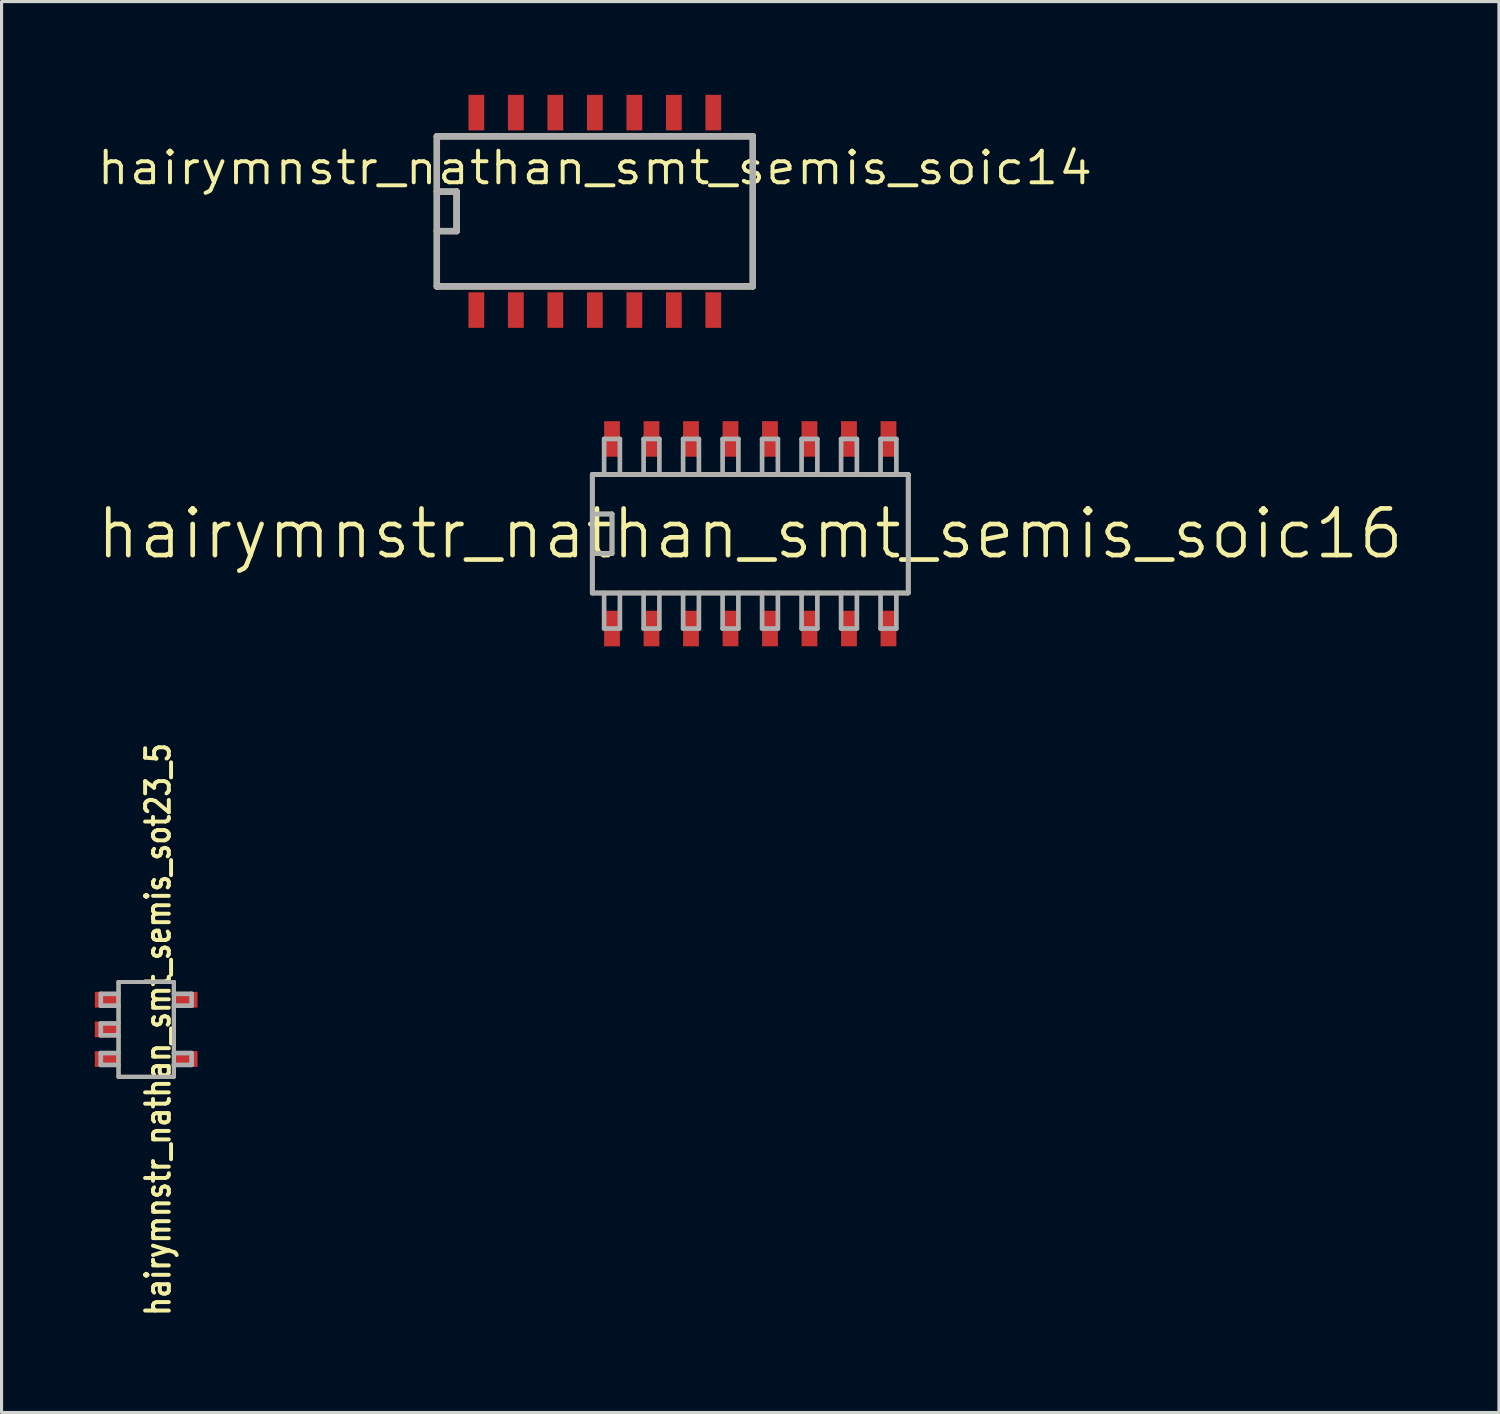
<source format=kicad_pcb>
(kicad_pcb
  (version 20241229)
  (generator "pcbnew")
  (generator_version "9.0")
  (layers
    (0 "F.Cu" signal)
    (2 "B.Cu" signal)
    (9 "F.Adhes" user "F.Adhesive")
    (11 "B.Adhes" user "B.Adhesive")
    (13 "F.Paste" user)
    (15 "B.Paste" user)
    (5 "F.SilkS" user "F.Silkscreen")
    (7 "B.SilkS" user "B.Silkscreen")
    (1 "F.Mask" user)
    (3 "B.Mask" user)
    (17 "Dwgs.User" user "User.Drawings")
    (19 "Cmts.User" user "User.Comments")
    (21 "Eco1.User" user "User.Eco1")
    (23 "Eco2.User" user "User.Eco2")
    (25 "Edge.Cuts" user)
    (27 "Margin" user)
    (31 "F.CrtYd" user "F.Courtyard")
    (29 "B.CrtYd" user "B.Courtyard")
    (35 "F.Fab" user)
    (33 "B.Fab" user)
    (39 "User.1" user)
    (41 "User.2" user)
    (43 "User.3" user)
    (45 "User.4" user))
  (footprint "hairymnstr_nathan_smt_semis_soic14"
    (layer "F.Cu")
    (at 16.078 3.619)
    (property "Reference" "hairymnstr_nathan_smt_semis_soic14" (at 0 -1.27 0) (layer "F.SilkS") (effects (font (size 1.016 1.143) (thickness 0.127))))
    (attr smd)
    (fp_line (start -5.08 -2.286) (end 5.08 -2.286) (stroke (width 0.203) (type solid)) (layer "F.SilkS"))
    (fp_line (start -5.08 -0.508) (end -4.445 -0.508) (stroke (width 0.203) (type solid)) (layer "F.SilkS"))
    (fp_line (start -5.08 2.54) (end -5.08 -2.286) (stroke (width 0.203) (type solid)) (layer "F.SilkS"))
    (fp_line (start -4.445 -0.508) (end -4.445 0.762) (stroke (width 0.203) (type solid)) (layer "F.SilkS"))
    (fp_line (start -4.445 0.762) (end -5.08 0.762) (stroke (width 0.203) (type solid)) (layer "F.SilkS"))
    (fp_line (start 5.08 -2.286) (end 5.08 2.54) (stroke (width 0.203) (type solid)) (layer "F.SilkS"))
    (fp_line (start 5.08 2.54) (end -5.08 2.54) (stroke (width 0.203) (type solid)) (layer "F.SilkS"))
    (fp_line (start -5.08 -2.286) (end 5.08 -2.286) (stroke (width 0.203) (type solid)) (layer "F.Fab"))
    (fp_line (start -5.08 -0.508) (end -4.445 -0.508) (stroke (width 0.203) (type solid)) (layer "F.Fab"))
    (fp_line (start -5.08 2.54) (end -5.08 -2.286) (stroke (width 0.203) (type solid)) (layer "F.Fab"))
    (fp_line (start -4.445 -0.508) (end -4.445 0.762) (stroke (width 0.203) (type solid)) (layer "F.Fab"))
    (fp_line (start -4.445 0.762) (end -5.08 0.762) (stroke (width 0.203) (type solid)) (layer "F.Fab"))
    (fp_line (start 5.08 -2.286) (end 5.08 2.54) (stroke (width 0.203) (type solid)) (layer "F.Fab"))
    (fp_line (start 5.08 2.54) (end -5.08 2.54) (stroke (width 0.203) (type solid)) (layer "F.Fab"))
    (pad "1" smd rect (at -3.81 3.302) (size 0.508 1.143) (layers "F.Cu" "F.Mask" "F.Paste"))
    (pad "2" smd rect (at -2.54 3.302) (size 0.508 1.143) (layers "F.Cu" "F.Mask" "F.Paste"))
    (pad "3" smd rect (at -1.27 3.302) (size 0.508 1.143) (layers "F.Cu" "F.Mask" "F.Paste"))
    (pad "4" smd rect (at 0 3.302) (size 0.508 1.143) (layers "F.Cu" "F.Mask" "F.Paste"))
    (pad "5" smd rect (at 1.27 3.302) (size 0.508 1.143) (layers "F.Cu" "F.Mask" "F.Paste"))
    (pad "6" smd rect (at 2.54 3.302) (size 0.508 1.143) (layers "F.Cu" "F.Mask" "F.Paste"))
    (pad "7" smd rect (at 3.81 3.302) (size 0.508 1.143) (layers "F.Cu" "F.Mask" "F.Paste"))
    (pad "8" smd rect (at 3.81 -3.048) (size 0.508 1.143) (layers "F.Cu" "F.Mask" "F.Paste"))
    (pad "9" smd rect (at 2.54 -3.048) (size 0.508 1.143) (layers "F.Cu" "F.Mask" "F.Paste"))
    (pad "10" smd rect (at 1.27 -3.048) (size 0.508 1.143) (layers "F.Cu" "F.Mask" "F.Paste"))
    (pad "11" smd rect (at 0 -3.048) (size 0.508 1.143) (layers "F.Cu" "F.Mask" "F.Paste"))
    (pad "12" smd rect (at -1.27 -3.048) (size 0.508 1.143) (layers "F.Cu" "F.Mask" "F.Paste"))
    (pad "13" smd rect (at -2.54 -3.048) (size 0.508 1.143) (layers "F.Cu" "F.Mask" "F.Paste"))
    (pad "14" smd rect (at -3.81 -3.048) (size 0.508 1.143) (layers "F.Cu" "F.Mask" "F.Paste")))
  (footprint "hairymnstr_nathan_smt_semis_soic16"
    (layer "F.Cu")
    (at 21.075 14.113)
    (property "Reference" "hairymnstr_nathan_smt_semis_soic16" (at 0 0 0) (layer "F.SilkS") (effects (font (size 1.5 1.5) (thickness 0.15))))
    (attr smd)
    (fp_line (start -5.08 -1.905) (end 5.08 -1.905) (stroke (width 0.15) (type solid)) (layer "F.SilkS"))
    (fp_line (start -5.08 -0.635) (end -4.445 -0.635) (stroke (width 0.15) (type solid)) (layer "F.SilkS"))
    (fp_line (start -5.08 1.905) (end -5.08 -1.905) (stroke (width 0.15) (type solid)) (layer "F.SilkS"))
    (fp_line (start -4.445 -0.635) (end -4.445 0.635) (stroke (width 0.15) (type solid)) (layer "F.SilkS"))
    (fp_line (start -4.445 0.635) (end -5.08 0.635) (stroke (width 0.15) (type solid)) (layer "F.SilkS"))
    (fp_line (start 5.08 -1.905) (end 5.08 1.905) (stroke (width 0.15) (type solid)) (layer "F.SilkS"))
    (fp_line (start 5.08 1.905) (end -5.08 1.905) (stroke (width 0.15) (type solid)) (layer "F.SilkS"))
    (fp_line (start -5.08 -1.905) (end 5.08 -1.905) (stroke (width 0.15) (type solid)) (layer "F.Fab"))
    (fp_line (start -5.08 -0.635) (end -4.445 -0.635) (stroke (width 0.15) (type solid)) (layer "F.Fab"))
    (fp_line (start -5.08 1.905) (end -5.08 -1.905) (stroke (width 0.15) (type solid)) (layer "F.Fab"))
    (fp_line (start -4.699 -3.048) (end -4.191 -3.048) (stroke (width 0.15) (type solid)) (layer "F.Fab"))
    (fp_line (start -4.699 -1.905) (end -4.699 -3.048) (stroke (width 0.15) (type solid)) (layer "F.Fab"))
    (fp_line (start -4.699 1.905) (end -4.699 3.048) (stroke (width 0.15) (type solid)) (layer "F.Fab"))
    (fp_line (start -4.699 3.048) (end -4.191 3.048) (stroke (width 0.15) (type solid)) (layer "F.Fab"))
    (fp_line (start -4.445 -0.635) (end -4.445 0.635) (stroke (width 0.15) (type solid)) (layer "F.Fab"))
    (fp_line (start -4.445 0.635) (end -5.08 0.635) (stroke (width 0.15) (type solid)) (layer "F.Fab"))
    (fp_line (start -4.191 -3.048) (end -4.191 -1.905) (stroke (width 0.15) (type solid)) (layer "F.Fab"))
    (fp_line (start -4.191 3.048) (end -4.191 1.905) (stroke (width 0.15) (type solid)) (layer "F.Fab"))
    (fp_line (start -3.429 -3.048) (end -2.921 -3.048) (stroke (width 0.15) (type solid)) (layer "F.Fab"))
    (fp_line (start -3.429 -1.905) (end -3.429 -3.048) (stroke (width 0.15) (type solid)) (layer "F.Fab"))
    (fp_line (start -3.429 1.905) (end -3.429 3.048) (stroke (width 0.15) (type solid)) (layer "F.Fab"))
    (fp_line (start -3.429 3.048) (end -2.921 3.048) (stroke (width 0.15) (type solid)) (layer "F.Fab"))
    (fp_line (start -2.921 -3.048) (end -2.921 -1.905) (stroke (width 0.15) (type solid)) (layer "F.Fab"))
    (fp_line (start -2.921 3.048) (end -2.921 1.905) (stroke (width 0.15) (type solid)) (layer "F.Fab"))
    (fp_line (start -2.159 -3.048) (end -1.651 -3.048) (stroke (width 0.15) (type solid)) (layer "F.Fab"))
    (fp_line (start -2.159 -1.905) (end -2.159 -3.048) (stroke (width 0.15) (type solid)) (layer "F.Fab"))
    (fp_line (start -2.159 1.905) (end -2.159 3.048) (stroke (width 0.15) (type solid)) (layer "F.Fab"))
    (fp_line (start -2.159 3.048) (end -1.651 3.048) (stroke (width 0.15) (type solid)) (layer "F.Fab"))
    (fp_line (start -1.651 -3.048) (end -1.651 -1.905) (stroke (width 0.15) (type solid)) (layer "F.Fab"))
    (fp_line (start -1.651 3.048) (end -1.651 1.905) (stroke (width 0.15) (type solid)) (layer "F.Fab"))
    (fp_line (start -0.889 -3.048) (end -0.381 -3.048) (stroke (width 0.15) (type solid)) (layer "F.Fab"))
    (fp_line (start -0.889 -1.905) (end -0.889 -3.048) (stroke (width 0.15) (type solid)) (layer "F.Fab"))
    (fp_line (start -0.889 1.905) (end -0.889 3.048) (stroke (width 0.15) (type solid)) (layer "F.Fab"))
    (fp_line (start -0.889 3.048) (end -0.381 3.048) (stroke (width 0.15) (type solid)) (layer "F.Fab"))
    (fp_line (start -0.381 -3.048) (end -0.381 -1.905) (stroke (width 0.15) (type solid)) (layer "F.Fab"))
    (fp_line (start -0.381 3.048) (end -0.381 1.905) (stroke (width 0.15) (type solid)) (layer "F.Fab"))
    (fp_line (start 0.381 -3.048) (end 0.889 -3.048) (stroke (width 0.15) (type solid)) (layer "F.Fab"))
    (fp_line (start 0.381 -1.905) (end 0.381 -3.048) (stroke (width 0.15) (type solid)) (layer "F.Fab"))
    (fp_line (start 0.381 1.905) (end 0.381 3.048) (stroke (width 0.15) (type solid)) (layer "F.Fab"))
    (fp_line (start 0.381 3.048) (end 0.889 3.048) (stroke (width 0.15) (type solid)) (layer "F.Fab"))
    (fp_line (start 0.889 -3.048) (end 0.889 -1.905) (stroke (width 0.15) (type solid)) (layer "F.Fab"))
    (fp_line (start 0.889 3.048) (end 0.889 1.905) (stroke (width 0.15) (type solid)) (layer "F.Fab"))
    (fp_line (start 1.651 -3.048) (end 2.159 -3.048) (stroke (width 0.15) (type solid)) (layer "F.Fab"))
    (fp_line (start 1.651 -1.905) (end 1.651 -3.048) (stroke (width 0.15) (type solid)) (layer "F.Fab"))
    (fp_line (start 1.651 1.905) (end 1.651 3.048) (stroke (width 0.15) (type solid)) (layer "F.Fab"))
    (fp_line (start 1.651 3.048) (end 2.159 3.048) (stroke (width 0.15) (type solid)) (layer "F.Fab"))
    (fp_line (start 2.159 -3.048) (end 2.159 -1.905) (stroke (width 0.15) (type solid)) (layer "F.Fab"))
    (fp_line (start 2.159 3.048) (end 2.159 1.905) (stroke (width 0.15) (type solid)) (layer "F.Fab"))
    (fp_line (start 2.921 -3.048) (end 3.429 -3.048) (stroke (width 0.15) (type solid)) (layer "F.Fab"))
    (fp_line (start 2.921 -1.905) (end 2.921 -3.048) (stroke (width 0.15) (type solid)) (layer "F.Fab"))
    (fp_line (start 2.921 1.905) (end 2.921 3.048) (stroke (width 0.15) (type solid)) (layer "F.Fab"))
    (fp_line (start 2.921 3.048) (end 3.429 3.048) (stroke (width 0.15) (type solid)) (layer "F.Fab"))
    (fp_line (start 3.429 -3.048) (end 3.429 -1.905) (stroke (width 0.15) (type solid)) (layer "F.Fab"))
    (fp_line (start 3.429 3.048) (end 3.429 1.905) (stroke (width 0.15) (type solid)) (layer "F.Fab"))
    (fp_line (start 4.191 -3.048) (end 4.699 -3.048) (stroke (width 0.15) (type solid)) (layer "F.Fab"))
    (fp_line (start 4.191 -1.905) (end 4.191 -3.048) (stroke (width 0.15) (type solid)) (layer "F.Fab"))
    (fp_line (start 4.191 1.905) (end 4.191 3.048) (stroke (width 0.15) (type solid)) (layer "F.Fab"))
    (fp_line (start 4.191 3.048) (end 4.699 3.048) (stroke (width 0.15) (type solid)) (layer "F.Fab"))
    (fp_line (start 4.699 -3.048) (end 4.699 -1.905) (stroke (width 0.15) (type solid)) (layer "F.Fab"))
    (fp_line (start 4.699 3.048) (end 4.699 1.905) (stroke (width 0.15) (type solid)) (layer "F.Fab"))
    (fp_line (start 5.08 -1.905) (end 5.08 1.905) (stroke (width 0.15) (type solid)) (layer "F.Fab"))
    (fp_line (start 5.08 1.905) (end -5.08 1.905) (stroke (width 0.15) (type solid)) (layer "F.Fab"))
    (pad "1" smd rect (at -4.445 3.048) (size 0.508 1.143) (layers "F.Cu" "F.Mask" "F.Paste"))
    (pad "2" smd rect (at -3.175 3.048) (size 0.508 1.143) (layers "F.Cu" "F.Mask" "F.Paste"))
    (pad "3" smd rect (at -1.905 3.048) (size 0.508 1.143) (layers "F.Cu" "F.Mask" "F.Paste"))
    (pad "4" smd rect (at -0.635 3.048) (size 0.508 1.143) (layers "F.Cu" "F.Mask" "F.Paste"))
    (pad "5" smd rect (at 0.635 3.048) (size 0.508 1.143) (layers "F.Cu" "F.Mask" "F.Paste"))
    (pad "6" smd rect (at 1.905 3.048) (size 0.508 1.143) (layers "F.Cu" "F.Mask" "F.Paste"))
    (pad "7" smd rect (at 3.175 3.048) (size 0.508 1.143) (layers "F.Cu" "F.Mask" "F.Paste"))
    (pad "8" smd rect (at 4.445 3.048) (size 0.508 1.143) (layers "F.Cu" "F.Mask" "F.Paste"))
    (pad "9" smd rect (at 4.445 -3.048) (size 0.508 1.143) (layers "F.Cu" "F.Mask" "F.Paste"))
    (pad "10" smd rect (at 3.175 -3.048) (size 0.508 1.143) (layers "F.Cu" "F.Mask" "F.Paste"))
    (pad "11" smd rect (at 1.905 -3.048) (size 0.508 1.143) (layers "F.Cu" "F.Mask" "F.Paste"))
    (pad "12" smd rect (at 0.635 -3.048) (size 0.508 1.143) (layers "F.Cu" "F.Mask" "F.Paste"))
    (pad "13" smd rect (at -0.635 -3.048) (size 0.508 1.143) (layers "F.Cu" "F.Mask" "F.Paste"))
    (pad "14" smd rect (at -1.905 -3.048) (size 0.508 1.143) (layers "F.Cu" "F.Mask" "F.Paste"))
    (pad "15" smd rect (at -3.175 -3.048) (size 0.508 1.143) (layers "F.Cu" "F.Mask" "F.Paste"))
    (pad "16" smd rect (at -4.445 -3.048) (size 0.508 1.143) (layers "F.Cu" "F.Mask" "F.Paste")))
  (footprint "hairymnstr_nathan_smt_semis_sot23_5"
    (layer "F.Cu")
    (at 1.651 30.051)
    (property "Reference" "hairymnstr_nathan_smt_semis_sot23_5" (at 0.381 0 90) (layer "F.SilkS") (effects (font (size 0.762 0.635) (thickness 0.127))))
    (attr smd)
    (fp_line (start -0.889 -1.524) (end 0.889 -1.524) (stroke (width 0.127) (type solid)) (layer "F.SilkS"))
    (fp_line (start -0.889 1.524) (end -0.889 -1.524) (stroke (width 0.127) (type solid)) (layer "F.SilkS"))
    (fp_line (start 0.889 -1.524) (end 0.889 1.524) (stroke (width 0.127) (type solid)) (layer "F.SilkS"))
    (fp_line (start 0.889 1.524) (end -0.889 1.524) (stroke (width 0.127) (type solid)) (layer "F.SilkS"))
    (fp_line (start -1.46 -1.143) (end -1.46 -0.762) (stroke (width 0.15) (type solid)) (layer "F.Fab"))
    (fp_line (start -1.46 -0.762) (end -0.889 -0.762) (stroke (width 0.15) (type solid)) (layer "F.Fab"))
    (fp_line (start -1.46 -0.191) (end -1.46 0.191) (stroke (width 0.15) (type solid)) (layer "F.Fab"))
    (fp_line (start -1.46 0.191) (end -0.889 0.191) (stroke (width 0.15) (type solid)) (layer "F.Fab"))
    (fp_line (start -1.46 0.762) (end -1.46 1.143) (stroke (width 0.15) (type solid)) (layer "F.Fab"))
    (fp_line (start -1.46 1.143) (end -0.889 1.143) (stroke (width 0.15) (type solid)) (layer "F.Fab"))
    (fp_line (start -0.889 -1.524) (end 0.889 -1.524) (stroke (width 0.127) (type solid)) (layer "F.Fab"))
    (fp_line (start -0.889 -1.143) (end -1.46 -1.143) (stroke (width 0.15) (type solid)) (layer "F.Fab"))
    (fp_line (start -0.889 -0.191) (end -1.46 -0.191) (stroke (width 0.15) (type solid)) (layer "F.Fab"))
    (fp_line (start -0.889 0.762) (end -1.46 0.762) (stroke (width 0.15) (type solid)) (layer "F.Fab"))
    (fp_line (start -0.889 1.524) (end -0.889 -1.524) (stroke (width 0.127) (type solid)) (layer "F.Fab"))
    (fp_line (start 0.889 -1.524) (end 0.889 1.524) (stroke (width 0.127) (type solid)) (layer "F.Fab"))
    (fp_line (start 0.889 -0.762) (end 1.46 -0.762) (stroke (width 0.15) (type solid)) (layer "F.Fab"))
    (fp_line (start 0.889 1.143) (end 1.46 1.143) (stroke (width 0.15) (type solid)) (layer "F.Fab"))
    (fp_line (start 0.889 1.524) (end -0.889 1.524) (stroke (width 0.127) (type solid)) (layer "F.Fab"))
    (fp_line (start 1.46 -1.143) (end 0.889 -1.143) (stroke (width 0.15) (type solid)) (layer "F.Fab"))
    (fp_line (start 1.46 -0.762) (end 1.46 -1.143) (stroke (width 0.15) (type solid)) (layer "F.Fab"))
    (fp_line (start 1.46 0.762) (end 0.889 0.762) (stroke (width 0.15) (type solid)) (layer "F.Fab"))
    (fp_line (start 1.46 1.143) (end 1.46 0.762) (stroke (width 0.15) (type solid)) (layer "F.Fab"))
    (pad "1" smd rect (at -1.27 -0.953) (size 0.762 0.508) (layers "F.Cu" "F.Mask" "F.Paste"))
    (pad "2" smd rect (at -1.27 0) (size 0.762 0.508) (layers "F.Cu" "F.Mask" "F.Paste"))
    (pad "3" smd rect (at -1.27 0.953) (size 0.762 0.508) (layers "F.Cu" "F.Mask" "F.Paste"))
    (pad "4" smd rect (at 1.27 0.953) (size 0.762 0.508) (layers "F.Cu" "F.Mask" "F.Paste"))
    (pad "5" smd rect (at 1.27 -0.953) (size 0.762 0.508) (layers "F.Cu" "F.Mask" "F.Paste")))
  (gr_rect
    (start -3 -3)
    (end 45.15 42.371)
    (stroke (width 0.1) (type default))
    (fill no)
    (layer "Edge.Cuts")))
</source>
